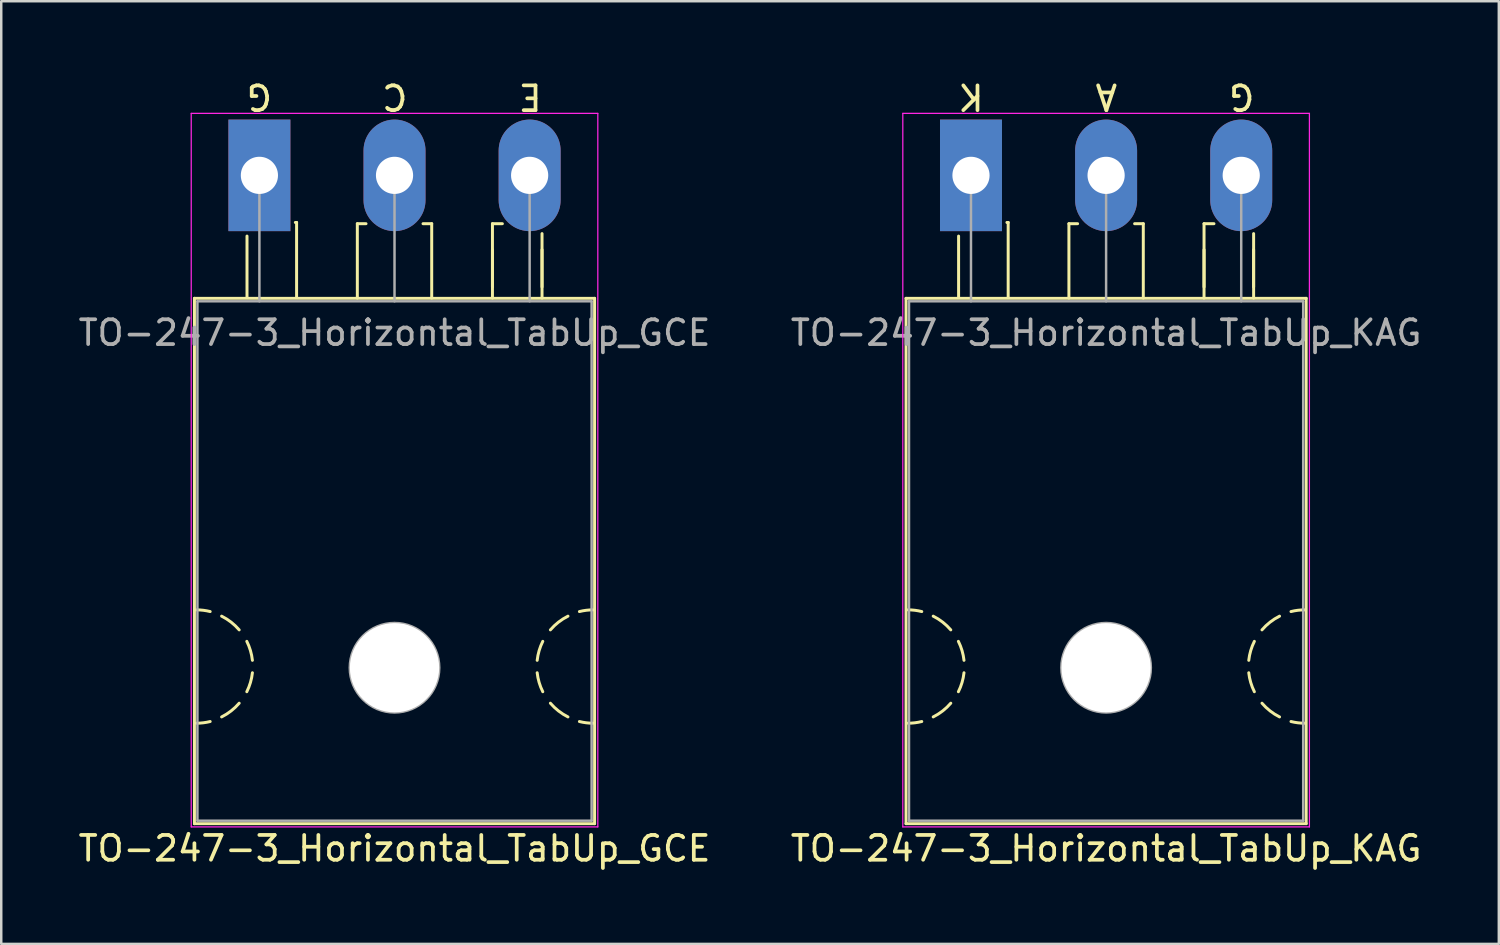
<source format=kicad_pcb>
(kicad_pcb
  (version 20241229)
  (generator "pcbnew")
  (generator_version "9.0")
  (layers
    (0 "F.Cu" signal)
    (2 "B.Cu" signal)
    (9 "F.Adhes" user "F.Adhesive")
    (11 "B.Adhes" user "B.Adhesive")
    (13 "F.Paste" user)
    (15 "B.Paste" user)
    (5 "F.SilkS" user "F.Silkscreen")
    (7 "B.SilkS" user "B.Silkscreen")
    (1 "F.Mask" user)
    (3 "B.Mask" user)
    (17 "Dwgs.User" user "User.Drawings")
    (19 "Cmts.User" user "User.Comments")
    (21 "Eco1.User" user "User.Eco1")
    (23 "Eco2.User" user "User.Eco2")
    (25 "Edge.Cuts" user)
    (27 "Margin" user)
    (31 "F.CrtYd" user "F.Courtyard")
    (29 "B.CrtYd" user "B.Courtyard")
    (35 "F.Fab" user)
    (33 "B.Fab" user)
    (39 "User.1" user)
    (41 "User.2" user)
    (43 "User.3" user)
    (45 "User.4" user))
  (footprint "TO-247-3_Horizontal_TabUp_GCE"
    (layer "F.Cu")
    (at 7.413 4.023)
    (property "Reference" "TO-247-3_Horizontal_TabUp_GCE" (at 5.45 27.15 0) (layer "F.SilkS") (effects (font (size 1 1) (thickness 0.15))))
    (fp_line (start -2.62 4.96) (end -2.62 26.15) (stroke (width 0.12) (type solid)) (layer "F.SilkS"))
    (fp_line (start -2.62 4.96) (end 13.52 4.96) (stroke (width 0.12) (type solid)) (layer "F.SilkS"))
    (fp_line (start -2.62 26.15) (end 13.52 26.15) (stroke (width 0.12) (type solid)) (layer "F.SilkS"))
    (fp_line (start -0.5 4.9) (end -0.5 2.45) (stroke (width 0.12) (type solid)) (layer "F.SilkS"))
    (fp_line (start 1.5 1.9) (end 1.45 1.9) (stroke (width 0.12) (type solid)) (layer "F.SilkS"))
    (fp_line (start 1.5 4.9) (end 1.5 1.9) (stroke (width 0.12) (type solid)) (layer "F.SilkS"))
    (fp_line (start 3.95 1.95) (end 4.3 1.95) (stroke (width 0.12) (type solid)) (layer "F.SilkS"))
    (fp_line (start 3.95 4.95) (end 3.95 1.95) (stroke (width 0.12) (type solid)) (layer "F.SilkS"))
    (fp_line (start 6.95 1.95) (end 6.6 1.95) (stroke (width 0.12) (type solid)) (layer "F.SilkS"))
    (fp_line (start 6.95 4.95) (end 6.95 1.95) (stroke (width 0.12) (type solid)) (layer "F.SilkS"))
    (fp_line (start 9.4 1.95) (end 9.8 1.95) (stroke (width 0.12) (type solid)) (layer "F.SilkS"))
    (fp_line (start 9.4 4.5) (end 9.4 3) (stroke (width 0.12) (type solid)) (layer "F.SilkS"))
    (fp_line (start 9.4 4.95) (end 9.4 1.95) (stroke (width 0.12) (type solid)) (layer "F.SilkS"))
    (fp_line (start 11.4 4.5) (end 11.4 3) (stroke (width 0.12) (type solid)) (layer "F.SilkS"))
    (fp_line (start 11.4 4.95) (end 11.4 2.35) (stroke (width 0.12) (type solid)) (layer "F.SilkS"))
    (fp_line (start 13.52 4.96) (end 13.52 26.15) (stroke (width 0.12) (type solid)) (layer "F.SilkS"))
    (fp_arc (start -2.54 17.526) (mid -2.260689 17.543128) (end -1.985564 17.594254) (stroke (width 0.12) (type solid)) (layer "F.SilkS"))
    (fp_arc (start -1.985564 22.029746) (mid -2.260689 22.080872) (end -2.54 22.098) (stroke (width 0.12) (type solid)) (layer "F.SilkS"))
    (fp_arc (start -1.524001 17.780001) (mid -1.14188 18.02132) (end -0.815088 18.333504) (stroke (width 0.12) (type solid)) (layer "F.SilkS"))
    (fp_arc (start -0.815087 21.290497) (mid -1.141879 21.60268) (end -1.524 21.844) (stroke (width 0.12) (type solid)) (layer "F.SilkS"))
    (fp_arc (start -0.508001 18.796001) (mid -0.361178 19.168563) (end -0.282051 19.561117) (stroke (width 0.12) (type solid)) (layer "F.SilkS"))
    (fp_arc (start -0.282051 20.062883) (mid -0.361178 20.455437) (end -0.508001 20.827999) (stroke (width 0.12) (type solid)) (layer "F.SilkS"))
    (fp_arc (start 11.204051 19.561117) (mid 11.283178 19.168563) (end 11.430001 18.796001) (stroke (width 0.12) (type solid)) (layer "F.SilkS"))
    (fp_arc (start 11.430001 20.827999) (mid 11.283178 20.455437) (end 11.204051 20.062883) (stroke (width 0.12) (type solid)) (layer "F.SilkS"))
    (fp_arc (start 11.737087 18.333503) (mid 12.063879 18.02132) (end 12.446 17.78) (stroke (width 0.12) (type solid)) (layer "F.SilkS"))
    (fp_arc (start 12.446001 21.843999) (mid 12.06388 21.60268) (end 11.737088 21.290496) (stroke (width 0.12) (type solid)) (layer "F.SilkS"))
    (fp_arc (start 12.907564 17.594254) (mid 13.182689 17.543128) (end 13.462 17.526) (stroke (width 0.12) (type solid)) (layer "F.SilkS"))
    (fp_arc (start 13.462 22.098) (mid 13.182689 22.080872) (end 12.907564 22.029746) (stroke (width 0.12) (type solid)) (layer "F.SilkS"))
    (fp_line (start -2.75 -2.5) (end -2.75 26.28) (stroke (width 0.05) (type solid)) (layer "F.CrtYd"))
    (fp_line (start -2.75 26.28) (end 13.65 26.28) (stroke (width 0.05) (type solid)) (layer "F.CrtYd"))
    (fp_line (start 13.65 -2.5) (end -2.75 -2.5) (stroke (width 0.05) (type solid)) (layer "F.CrtYd"))
    (fp_line (start 13.65 26.28) (end 13.65 -2.5) (stroke (width 0.05) (type solid)) (layer "F.CrtYd"))
    (fp_line (start -2.5 5.08) (end -2.5 26.03) (stroke (width 0.1) (type solid)) (layer "F.Fab"))
    (fp_line (start -2.5 26.03) (end 13.4 26.03) (stroke (width 0.1) (type solid)) (layer "F.Fab"))
    (fp_line (start 0 5.08) (end 0 0) (stroke (width 0.1) (type solid)) (layer "F.Fab"))
    (fp_line (start 5.45 5.08) (end 5.45 0) (stroke (width 0.1) (type solid)) (layer "F.Fab"))
    (fp_line (start 10.9 5.08) (end 10.9 0) (stroke (width 0.1) (type solid)) (layer "F.Fab"))
    (fp_line (start 13.4 5.08) (end -2.5 5.08) (stroke (width 0.1) (type solid)) (layer "F.Fab"))
    (fp_line (start 13.4 26.03) (end 13.4 5.08) (stroke (width 0.1) (type solid)) (layer "F.Fab"))
    (fp_circle (center 5.45 19.86) (end 7.255 19.86) (stroke (width 0.1) (type solid)) (fill no) (layer "F.Fab"))
    (fp_text user "G" (at 0 -3.175 180) (unlocked yes) (layer "F.SilkS") (effects (font (size 1 1) (thickness 0.15))))
    (fp_text user "C" (at 5.461 -3.175 180) (unlocked yes) (layer "F.SilkS") (effects (font (size 1 1) (thickness 0.15))))
    (fp_text user "E" (at 10.922 -3.175 180) (unlocked yes) (layer "F.SilkS") (effects (font (size 1 1) (thickness 0.15))))
    (fp_text user "${REFERENCE}" (at 5.45 6.35 0) (layer "F.Fab") (effects (font (size 1 1) (thickness 0.15))))
    (pad "" np_thru_hole oval (at 5.45 19.86) (size 3.6 3.6) (drill 3.6) (layers "*.Cu" "*.Mask"))
    (pad "1" thru_hole rect (at 0 0) (size 2.5 4.5) (drill 1.5) (layers "*.Cu" "*.Mask"))
    (pad "2" thru_hole oval (at 5.45 0) (size 2.5 4.5) (drill 1.5) (layers "*.Cu" "*.Mask"))
    (pad "3" thru_hole oval (at 10.9 0) (size 2.5 4.5) (drill 1.5) (layers "*.Cu" "*.Mask")))
  (footprint "TO-247-3_Horizontal_TabUp_KAG"
    (layer "F.Cu")
    (at 36.115 4.023)
    (property "Reference" "TO-247-3_Horizontal_TabUp_KAG" (at 5.45 27.15 0) (layer "F.SilkS") (effects (font (size 1 1) (thickness 0.15))))
    (fp_line (start -2.62 4.96) (end -2.62 26.15) (stroke (width 0.12) (type solid)) (layer "F.SilkS"))
    (fp_line (start -2.62 4.96) (end 13.52 4.96) (stroke (width 0.12) (type solid)) (layer "F.SilkS"))
    (fp_line (start -2.62 26.15) (end 13.52 26.15) (stroke (width 0.12) (type solid)) (layer "F.SilkS"))
    (fp_line (start -0.5 4.9) (end -0.5 2.45) (stroke (width 0.12) (type solid)) (layer "F.SilkS"))
    (fp_line (start 1.5 1.9) (end 1.45 1.9) (stroke (width 0.12) (type solid)) (layer "F.SilkS"))
    (fp_line (start 1.5 4.9) (end 1.5 1.9) (stroke (width 0.12) (type solid)) (layer "F.SilkS"))
    (fp_line (start 3.95 1.95) (end 4.3 1.95) (stroke (width 0.12) (type solid)) (layer "F.SilkS"))
    (fp_line (start 3.95 4.95) (end 3.95 1.95) (stroke (width 0.12) (type solid)) (layer "F.SilkS"))
    (fp_line (start 6.95 1.95) (end 6.6 1.95) (stroke (width 0.12) (type solid)) (layer "F.SilkS"))
    (fp_line (start 6.95 4.95) (end 6.95 1.95) (stroke (width 0.12) (type solid)) (layer "F.SilkS"))
    (fp_line (start 9.4 1.95) (end 9.8 1.95) (stroke (width 0.12) (type solid)) (layer "F.SilkS"))
    (fp_line (start 9.4 4.5) (end 9.4 3) (stroke (width 0.12) (type solid)) (layer "F.SilkS"))
    (fp_line (start 9.4 4.95) (end 9.4 1.95) (stroke (width 0.12) (type solid)) (layer "F.SilkS"))
    (fp_line (start 11.4 4.5) (end 11.4 3) (stroke (width 0.12) (type solid)) (layer "F.SilkS"))
    (fp_line (start 11.4 4.95) (end 11.4 2.35) (stroke (width 0.12) (type solid)) (layer "F.SilkS"))
    (fp_line (start 13.52 4.96) (end 13.52 26.15) (stroke (width 0.12) (type solid)) (layer "F.SilkS"))
    (fp_arc (start -2.54 17.526) (mid -2.260689 17.543128) (end -1.985564 17.594254) (stroke (width 0.12) (type solid)) (layer "F.SilkS"))
    (fp_arc (start -1.985564 22.029746) (mid -2.260689 22.080872) (end -2.54 22.098) (stroke (width 0.12) (type solid)) (layer "F.SilkS"))
    (fp_arc (start -1.524001 17.780001) (mid -1.14188 18.02132) (end -0.815088 18.333504) (stroke (width 0.12) (type solid)) (layer "F.SilkS"))
    (fp_arc (start -0.815087 21.290497) (mid -1.141879 21.60268) (end -1.524 21.844) (stroke (width 0.12) (type solid)) (layer "F.SilkS"))
    (fp_arc (start -0.508001 18.796001) (mid -0.361178 19.168563) (end -0.282051 19.561117) (stroke (width 0.12) (type solid)) (layer "F.SilkS"))
    (fp_arc (start -0.282051 20.062883) (mid -0.361178 20.455437) (end -0.508001 20.827999) (stroke (width 0.12) (type solid)) (layer "F.SilkS"))
    (fp_arc (start 11.204051 19.561117) (mid 11.283178 19.168563) (end 11.430001 18.796001) (stroke (width 0.12) (type solid)) (layer "F.SilkS"))
    (fp_arc (start 11.430001 20.827999) (mid 11.283178 20.455437) (end 11.204051 20.062883) (stroke (width 0.12) (type solid)) (layer "F.SilkS"))
    (fp_arc (start 11.737087 18.333503) (mid 12.063879 18.02132) (end 12.446 17.78) (stroke (width 0.12) (type solid)) (layer "F.SilkS"))
    (fp_arc (start 12.446001 21.843999) (mid 12.06388 21.60268) (end 11.737088 21.290496) (stroke (width 0.12) (type solid)) (layer "F.SilkS"))
    (fp_arc (start 12.907564 17.594254) (mid 13.182689 17.543128) (end 13.462 17.526) (stroke (width 0.12) (type solid)) (layer "F.SilkS"))
    (fp_arc (start 13.462 22.098) (mid 13.182689 22.080872) (end 12.907564 22.029746) (stroke (width 0.12) (type solid)) (layer "F.SilkS"))
    (fp_line (start -2.75 -2.5) (end -2.75 26.28) (stroke (width 0.05) (type solid)) (layer "F.CrtYd"))
    (fp_line (start -2.75 26.28) (end 13.65 26.28) (stroke (width 0.05) (type solid)) (layer "F.CrtYd"))
    (fp_line (start 13.65 -2.5) (end -2.75 -2.5) (stroke (width 0.05) (type solid)) (layer "F.CrtYd"))
    (fp_line (start 13.65 26.28) (end 13.65 -2.5) (stroke (width 0.05) (type solid)) (layer "F.CrtYd"))
    (fp_line (start -2.5 5.08) (end -2.5 26.03) (stroke (width 0.1) (type solid)) (layer "F.Fab"))
    (fp_line (start -2.5 26.03) (end 13.4 26.03) (stroke (width 0.1) (type solid)) (layer "F.Fab"))
    (fp_line (start 0 5.08) (end 0 0) (stroke (width 0.1) (type solid)) (layer "F.Fab"))
    (fp_line (start 5.45 5.08) (end 5.45 0) (stroke (width 0.1) (type solid)) (layer "F.Fab"))
    (fp_line (start 10.9 5.08) (end 10.9 0) (stroke (width 0.1) (type solid)) (layer "F.Fab"))
    (fp_line (start 13.4 5.08) (end -2.5 5.08) (stroke (width 0.1) (type solid)) (layer "F.Fab"))
    (fp_line (start 13.4 26.03) (end 13.4 5.08) (stroke (width 0.1) (type solid)) (layer "F.Fab"))
    (fp_circle (center 5.45 19.86) (end 7.255 19.86) (stroke (width 0.1) (type solid)) (fill no) (layer "F.Fab"))
    (fp_text user "G" (at 10.922 -3.175 180) (unlocked yes) (layer "F.SilkS") (effects (font (size 1 1) (thickness 0.15))))
    (fp_text user "K" (at 0 -3.175 180) (unlocked yes) (layer "F.SilkS") (effects (font (size 1 1) (thickness 0.15))))
    (fp_text user "A" (at 5.461 -3.175 180) (unlocked yes) (layer "F.SilkS") (effects (font (size 1 1) (thickness 0.15))))
    (fp_text user "${REFERENCE}" (at 5.45 6.35 0) (layer "F.Fab") (effects (font (size 1 1) (thickness 0.15))))
    (pad "" np_thru_hole oval (at 5.45 19.86) (size 3.6 3.6) (drill 3.6) (layers "*.Cu" "*.Mask"))
    (pad "1" thru_hole rect (at 0 0) (size 2.5 4.5) (drill 1.5) (layers "*.Cu" "*.Mask"))
    (pad "2" thru_hole oval (at 5.45 0) (size 2.5 4.5) (drill 1.5) (layers "*.Cu" "*.Mask"))
    (pad "3" thru_hole oval (at 10.9 0) (size 2.5 4.5) (drill 1.5) (layers "*.Cu" "*.Mask")))
  (gr_rect
    (start -3 -3)
    (end 57.405 35.022)
    (stroke (width 0.1) (type default))
    (fill no)
    (layer "Edge.Cuts")))
</source>
